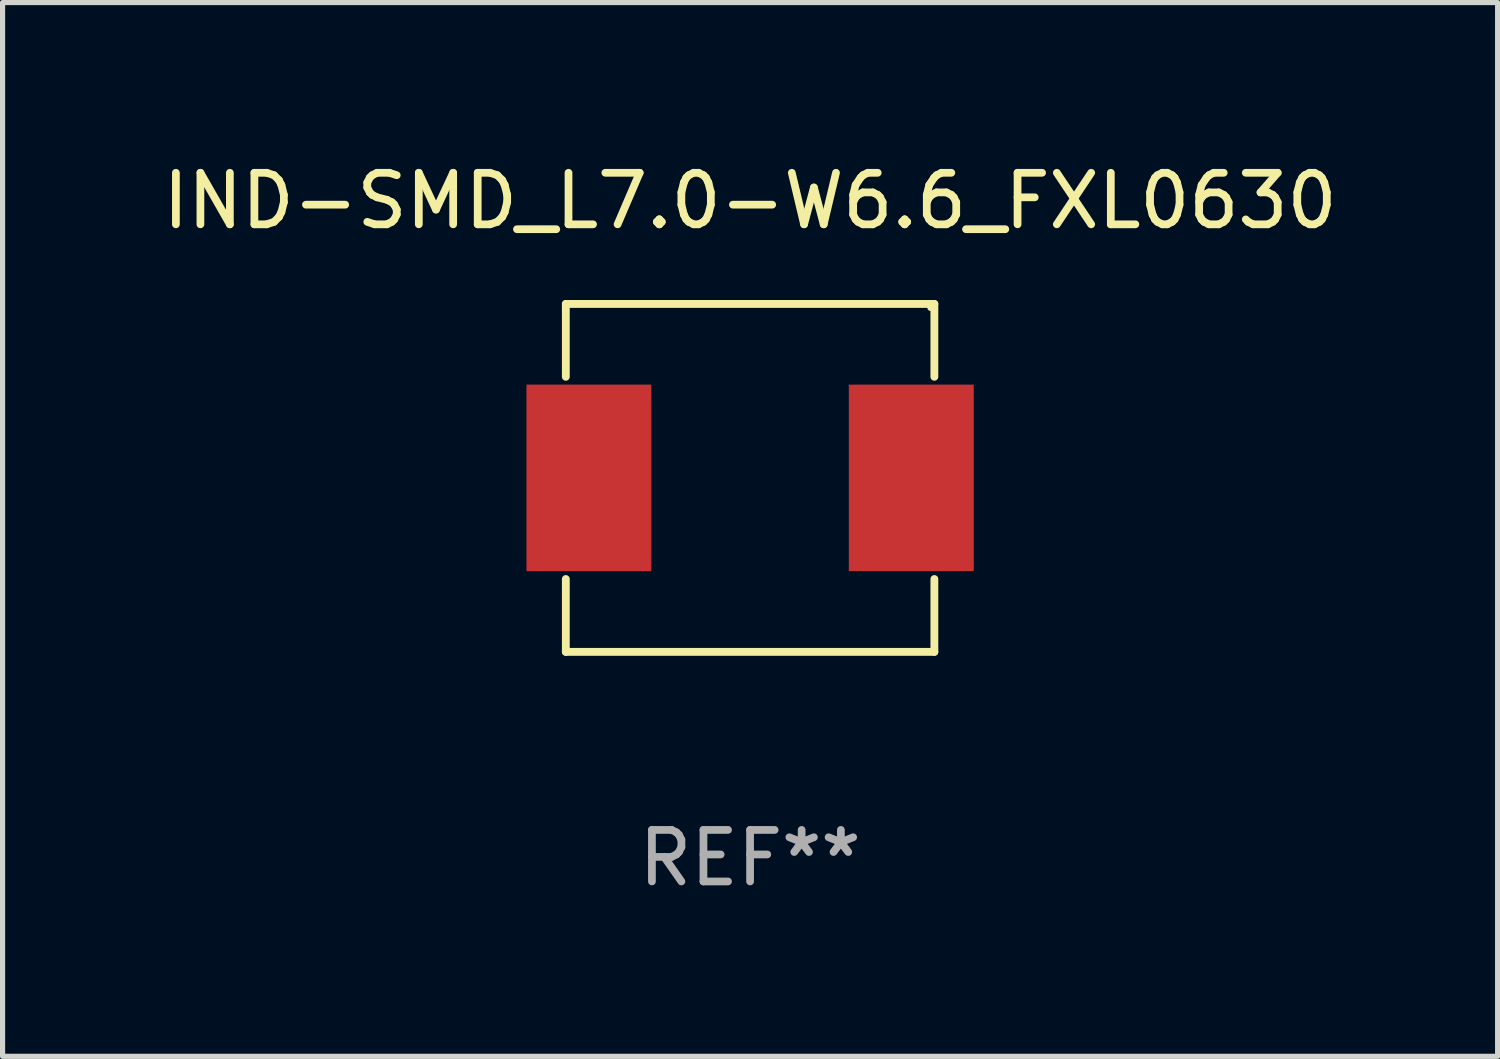
<source format=kicad_pcb>
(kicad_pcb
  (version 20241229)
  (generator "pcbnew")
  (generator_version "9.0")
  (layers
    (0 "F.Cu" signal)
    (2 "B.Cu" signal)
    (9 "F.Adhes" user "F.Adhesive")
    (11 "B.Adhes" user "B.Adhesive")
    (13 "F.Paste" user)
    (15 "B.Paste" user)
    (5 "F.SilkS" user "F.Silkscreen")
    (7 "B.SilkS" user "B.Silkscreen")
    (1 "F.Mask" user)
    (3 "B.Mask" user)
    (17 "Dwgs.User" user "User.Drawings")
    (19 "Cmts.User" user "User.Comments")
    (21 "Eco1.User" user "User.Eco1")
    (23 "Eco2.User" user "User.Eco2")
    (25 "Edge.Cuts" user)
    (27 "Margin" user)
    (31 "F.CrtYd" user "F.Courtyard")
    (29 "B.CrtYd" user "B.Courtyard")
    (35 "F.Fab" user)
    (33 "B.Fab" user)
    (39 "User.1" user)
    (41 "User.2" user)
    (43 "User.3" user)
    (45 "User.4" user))
  (footprint "IND-SMD_L7.0-W6.6_FXL0630"
    (layer "F.Cu")
    (at 11.506 6.224)
    (property "Reference" "IND-SMD_L7.0-W6.6_FXL0630" (at 0 -5.376 0) (layer "F.SilkS") (effects (font (size 1 1) (thickness 0.15))))
    (attr through_hole)
    (fp_line (start -3.576 -3.376) (end 3.576 -3.376) (stroke (width 0.152) (type solid)) (layer "F.SilkS"))
    (fp_line (start -3.576 -1.962) (end -3.576 -3.376) (stroke (width 0.152) (type solid)) (layer "F.SilkS"))
    (fp_line (start -3.576 1.962) (end -3.576 3.376) (stroke (width 0.152) (type solid)) (layer "F.SilkS"))
    (fp_line (start -3.576 3.376) (end 3.576 3.376) (stroke (width 0.152) (type solid)) (layer "F.SilkS"))
    (fp_line (start 3.576 -3.376) (end 3.576 -1.962) (stroke (width 0.152) (type solid)) (layer "F.SilkS"))
    (fp_line (start 3.576 3.376) (end 3.576 1.962) (stroke (width 0.152) (type solid)) (layer "F.SilkS"))
    (fp_circle (center 3.5 -3.3) (end 3.53 -3.3) (stroke (width 0.06) (type solid)) (fill no) (layer "F.SilkS"))
    (fp_text user "REF**" (at 0 7.376 0) (layer "F.Fab") (effects (font (size 1 1) (thickness 0.15))))
    (pad "1" smd rect (at 3.128 0) (size 2.424 3.62) (layers "F.Cu" "F.Mask" "F.Paste"))
    (pad "2" smd rect (at -3.128 0) (size 2.424 3.62) (layers "F.Cu" "F.Mask" "F.Paste")))
  (gr_rect
    (start -3 -3)
    (end 26.012 17.449)
    (stroke (width 0.1) (type default))
    (fill no)
    (layer "Edge.Cuts")))
</source>
